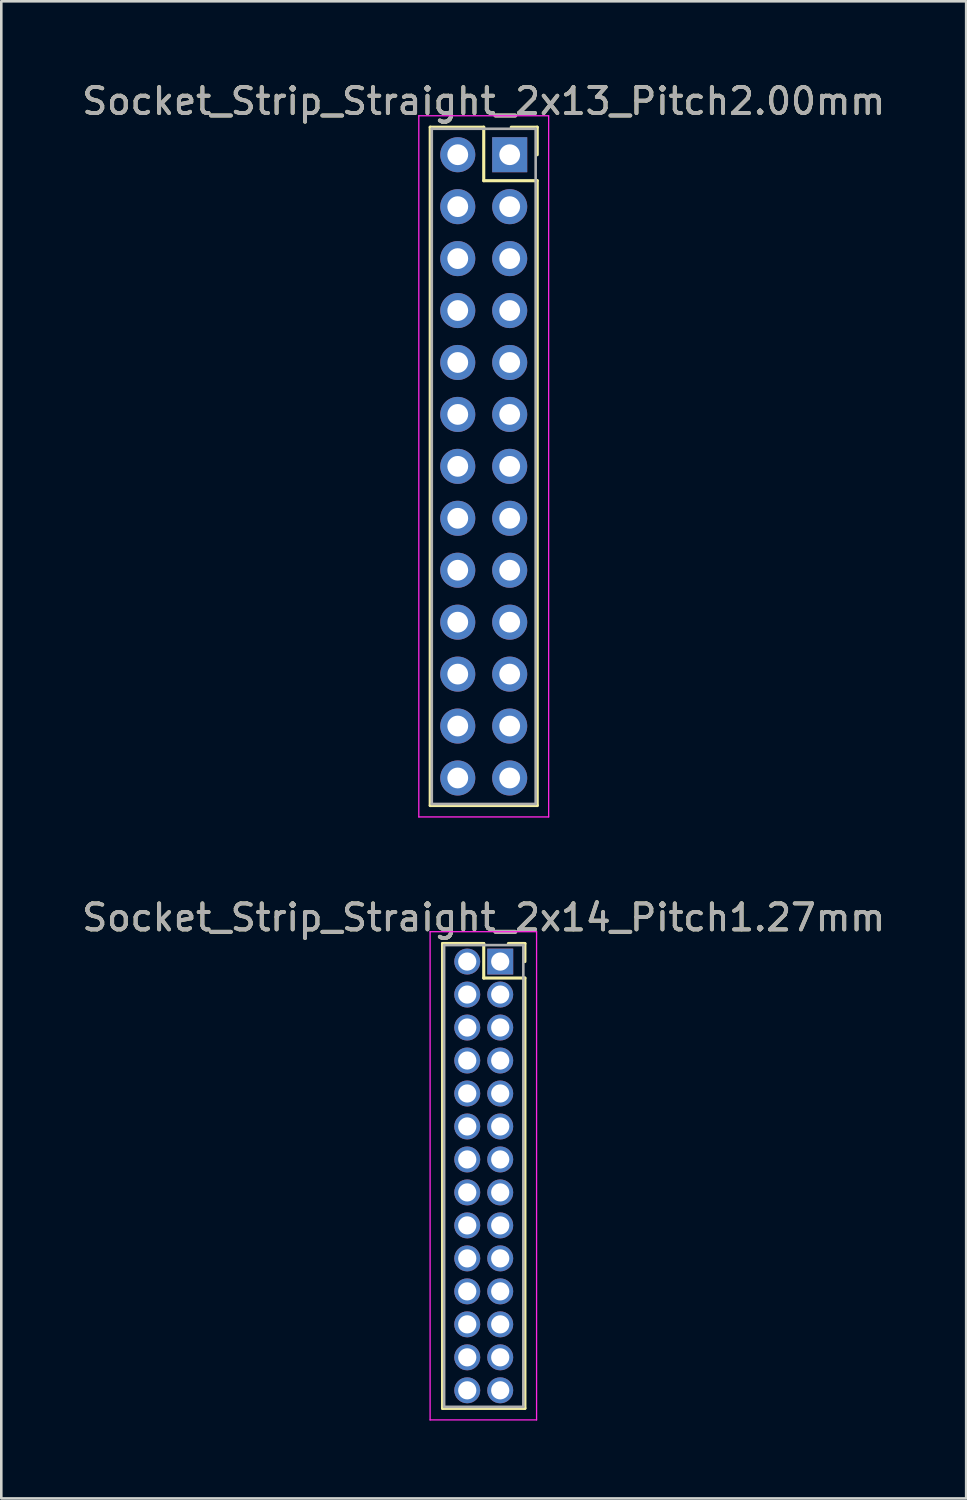
<source format=kicad_pcb>
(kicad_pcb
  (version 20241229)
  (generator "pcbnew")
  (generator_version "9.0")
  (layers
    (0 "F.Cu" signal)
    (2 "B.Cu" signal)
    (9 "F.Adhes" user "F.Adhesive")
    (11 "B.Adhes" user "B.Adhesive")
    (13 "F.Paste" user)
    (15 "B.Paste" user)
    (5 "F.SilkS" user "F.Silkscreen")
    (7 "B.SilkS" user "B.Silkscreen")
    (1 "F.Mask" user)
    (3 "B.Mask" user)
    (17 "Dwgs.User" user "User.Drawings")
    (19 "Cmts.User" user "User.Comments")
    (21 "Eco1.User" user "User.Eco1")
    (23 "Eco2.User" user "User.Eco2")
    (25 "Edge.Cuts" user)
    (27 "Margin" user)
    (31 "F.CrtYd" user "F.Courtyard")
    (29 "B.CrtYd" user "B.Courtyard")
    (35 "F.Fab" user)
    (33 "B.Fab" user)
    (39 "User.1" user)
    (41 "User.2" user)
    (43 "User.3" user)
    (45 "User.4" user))
  (footprint "Socket_Strip_Straight_2x13_Pitch2.00mm"
    (layer "F.Cu")
    (at 16.577 2.908)
    (property "Reference" "Socket_Strip_Straight_2x13_Pitch2.00mm" (at -1 -2.06 0) (layer "F.SilkS") (effects (font (size 1 1) (thickness 0.15))))
    (attr through_hole)
    (fp_line (start -3.06 -1.06) (end -1 -1.06) (stroke (width 0.12) (type solid)) (layer "F.SilkS"))
    (fp_line (start -3.06 25.06) (end -3.06 -1.06) (stroke (width 0.12) (type solid)) (layer "F.SilkS"))
    (fp_line (start -1 -1.06) (end -1 1) (stroke (width 0.12) (type solid)) (layer "F.SilkS"))
    (fp_line (start -1 1) (end 1.06 1) (stroke (width 0.12) (type solid)) (layer "F.SilkS"))
    (fp_line (start 1.06 -1.06) (end 0.06 -1.06) (stroke (width 0.12) (type solid)) (layer "F.SilkS"))
    (fp_line (start 1.06 0) (end 1.06 -1.06) (stroke (width 0.12) (type solid)) (layer "F.SilkS"))
    (fp_line (start 1.06 1) (end 1.06 25.06) (stroke (width 0.12) (type solid)) (layer "F.SilkS"))
    (fp_line (start 1.06 25.06) (end -3.06 25.06) (stroke (width 0.12) (type solid)) (layer "F.SilkS"))
    (fp_line (start -3.5 -1.5) (end -3.5 25.5) (stroke (width 0.05) (type solid)) (layer "F.CrtYd"))
    (fp_line (start -3.5 25.5) (end 1.5 25.5) (stroke (width 0.05) (type solid)) (layer "F.CrtYd"))
    (fp_line (start 1.5 -1.5) (end -3.5 -1.5) (stroke (width 0.05) (type solid)) (layer "F.CrtYd"))
    (fp_line (start 1.5 25.5) (end 1.5 -1.5) (stroke (width 0.05) (type solid)) (layer "F.CrtYd"))
    (fp_line (start -3 -1) (end -3 25) (stroke (width 0.1) (type solid)) (layer "F.Fab"))
    (fp_line (start -3 25) (end 1 25) (stroke (width 0.1) (type solid)) (layer "F.Fab"))
    (fp_line (start 1 -1) (end -3 -1) (stroke (width 0.1) (type solid)) (layer "F.Fab"))
    (fp_line (start 1 25) (end 1 -1) (stroke (width 0.1) (type solid)) (layer "F.Fab"))
    (fp_text user "${REFERENCE}" (at -1 -2.06 0) (layer "F.Fab") (effects (font (size 1 1) (thickness 0.15))))
    (pad "1" thru_hole rect (at 0 0) (size 1.35 1.35) (drill 0.8) (layers "*.Cu" "*.Mask"))
    (pad "2" thru_hole oval (at -2 0) (size 1.35 1.35) (drill 0.8) (layers "*.Cu" "*.Mask"))
    (pad "3" thru_hole oval (at 0 2) (size 1.35 1.35) (drill 0.8) (layers "*.Cu" "*.Mask"))
    (pad "4" thru_hole oval (at -2 2) (size 1.35 1.35) (drill 0.8) (layers "*.Cu" "*.Mask"))
    (pad "5" thru_hole oval (at 0 4) (size 1.35 1.35) (drill 0.8) (layers "*.Cu" "*.Mask"))
    (pad "6" thru_hole oval (at -2 4) (size 1.35 1.35) (drill 0.8) (layers "*.Cu" "*.Mask"))
    (pad "7" thru_hole oval (at 0 6) (size 1.35 1.35) (drill 0.8) (layers "*.Cu" "*.Mask"))
    (pad "8" thru_hole oval (at -2 6) (size 1.35 1.35) (drill 0.8) (layers "*.Cu" "*.Mask"))
    (pad "9" thru_hole oval (at 0 8) (size 1.35 1.35) (drill 0.8) (layers "*.Cu" "*.Mask"))
    (pad "10" thru_hole oval (at -2 8) (size 1.35 1.35) (drill 0.8) (layers "*.Cu" "*.Mask"))
    (pad "11" thru_hole oval (at 0 10) (size 1.35 1.35) (drill 0.8) (layers "*.Cu" "*.Mask"))
    (pad "12" thru_hole oval (at -2 10) (size 1.35 1.35) (drill 0.8) (layers "*.Cu" "*.Mask"))
    (pad "13" thru_hole oval (at 0 12) (size 1.35 1.35) (drill 0.8) (layers "*.Cu" "*.Mask"))
    (pad "14" thru_hole oval (at -2 12) (size 1.35 1.35) (drill 0.8) (layers "*.Cu" "*.Mask"))
    (pad "15" thru_hole oval (at 0 14) (size 1.35 1.35) (drill 0.8) (layers "*.Cu" "*.Mask"))
    (pad "16" thru_hole oval (at -2 14) (size 1.35 1.35) (drill 0.8) (layers "*.Cu" "*.Mask"))
    (pad "17" thru_hole oval (at 0 16) (size 1.35 1.35) (drill 0.8) (layers "*.Cu" "*.Mask"))
    (pad "18" thru_hole oval (at -2 16) (size 1.35 1.35) (drill 0.8) (layers "*.Cu" "*.Mask"))
    (pad "19" thru_hole oval (at 0 18) (size 1.35 1.35) (drill 0.8) (layers "*.Cu" "*.Mask"))
    (pad "20" thru_hole oval (at -2 18) (size 1.35 1.35) (drill 0.8) (layers "*.Cu" "*.Mask"))
    (pad "21" thru_hole oval (at 0 20) (size 1.35 1.35) (drill 0.8) (layers "*.Cu" "*.Mask"))
    (pad "22" thru_hole oval (at -2 20) (size 1.35 1.35) (drill 0.8) (layers "*.Cu" "*.Mask"))
    (pad "23" thru_hole oval (at 0 22) (size 1.35 1.35) (drill 0.8) (layers "*.Cu" "*.Mask"))
    (pad "24" thru_hole oval (at -2 22) (size 1.35 1.35) (drill 0.8) (layers "*.Cu" "*.Mask"))
    (pad "25" thru_hole oval (at 0 24) (size 1.35 1.35) (drill 0.8) (layers "*.Cu" "*.Mask"))
    (pad "26" thru_hole oval (at -2 24) (size 1.35 1.35) (drill 0.8) (layers "*.Cu" "*.Mask")))
  (footprint "Socket_Strip_Straight_2x14_Pitch1.27mm"
    (layer "F.Cu")
    (at 16.212 33.977)
    (property "Reference" "Socket_Strip_Straight_2x14_Pitch1.27mm" (at -0.635 -1.695 0) (layer "F.SilkS") (effects (font (size 1 1) (thickness 0.15))))
    (attr through_hole)
    (fp_line (start -2.22 -0.695) (end -0.635 -0.695) (stroke (width 0.12) (type solid)) (layer "F.SilkS"))
    (fp_line (start -2.22 17.205) (end -2.22 -0.695) (stroke (width 0.12) (type solid)) (layer "F.SilkS"))
    (fp_line (start -0.635 -0.695) (end -0.635 0.635) (stroke (width 0.12) (type solid)) (layer "F.SilkS"))
    (fp_line (start -0.635 0.635) (end 0.95 0.635) (stroke (width 0.12) (type solid)) (layer "F.SilkS"))
    (fp_line (start 0.95 -0.695) (end 0.315 -0.695) (stroke (width 0.12) (type solid)) (layer "F.SilkS"))
    (fp_line (start 0.95 0) (end 0.95 -0.695) (stroke (width 0.12) (type solid)) (layer "F.SilkS"))
    (fp_line (start 0.95 0.635) (end 0.95 17.205) (stroke (width 0.12) (type solid)) (layer "F.SilkS"))
    (fp_line (start 0.95 17.205) (end -2.22 17.205) (stroke (width 0.12) (type solid)) (layer "F.SilkS"))
    (fp_line (start -2.7 -1.15) (end -2.7 17.65) (stroke (width 0.05) (type solid)) (layer "F.CrtYd"))
    (fp_line (start -2.7 17.65) (end 1.4 17.65) (stroke (width 0.05) (type solid)) (layer "F.CrtYd"))
    (fp_line (start 1.4 -1.15) (end -2.7 -1.15) (stroke (width 0.05) (type solid)) (layer "F.CrtYd"))
    (fp_line (start 1.4 17.65) (end 1.4 -1.15) (stroke (width 0.05) (type solid)) (layer "F.CrtYd"))
    (fp_line (start -2.16 -0.635) (end -2.16 17.145) (stroke (width 0.1) (type solid)) (layer "F.Fab"))
    (fp_line (start -2.16 17.145) (end 0.89 17.145) (stroke (width 0.1) (type solid)) (layer "F.Fab"))
    (fp_line (start 0.89 -0.635) (end -2.16 -0.635) (stroke (width 0.1) (type solid)) (layer "F.Fab"))
    (fp_line (start 0.89 17.145) (end 0.89 -0.635) (stroke (width 0.1) (type solid)) (layer "F.Fab"))
    (fp_text user "${REFERENCE}" (at -0.635 -1.695 0) (layer "F.Fab") (effects (font (size 1 1) (thickness 0.15))))
    (pad "1" thru_hole rect (at 0 0) (size 1 1) (drill 0.7) (layers "*.Cu" "*.Mask"))
    (pad "2" thru_hole oval (at -1.27 0) (size 1 1) (drill 0.7) (layers "*.Cu" "*.Mask"))
    (pad "3" thru_hole oval (at 0 1.27) (size 1 1) (drill 0.7) (layers "*.Cu" "*.Mask"))
    (pad "4" thru_hole oval (at -1.27 1.27) (size 1 1) (drill 0.7) (layers "*.Cu" "*.Mask"))
    (pad "5" thru_hole oval (at 0 2.54) (size 1 1) (drill 0.7) (layers "*.Cu" "*.Mask"))
    (pad "6" thru_hole oval (at -1.27 2.54) (size 1 1) (drill 0.7) (layers "*.Cu" "*.Mask"))
    (pad "7" thru_hole oval (at 0 3.81) (size 1 1) (drill 0.7) (layers "*.Cu" "*.Mask"))
    (pad "8" thru_hole oval (at -1.27 3.81) (size 1 1) (drill 0.7) (layers "*.Cu" "*.Mask"))
    (pad "9" thru_hole oval (at 0 5.08) (size 1 1) (drill 0.7) (layers "*.Cu" "*.Mask"))
    (pad "10" thru_hole oval (at -1.27 5.08) (size 1 1) (drill 0.7) (layers "*.Cu" "*.Mask"))
    (pad "11" thru_hole oval (at 0 6.35) (size 1 1) (drill 0.7) (layers "*.Cu" "*.Mask"))
    (pad "12" thru_hole oval (at -1.27 6.35) (size 1 1) (drill 0.7) (layers "*.Cu" "*.Mask"))
    (pad "13" thru_hole oval (at 0 7.62) (size 1 1) (drill 0.7) (layers "*.Cu" "*.Mask"))
    (pad "14" thru_hole oval (at -1.27 7.62) (size 1 1) (drill 0.7) (layers "*.Cu" "*.Mask"))
    (pad "15" thru_hole oval (at 0 8.89) (size 1 1) (drill 0.7) (layers "*.Cu" "*.Mask"))
    (pad "16" thru_hole oval (at -1.27 8.89) (size 1 1) (drill 0.7) (layers "*.Cu" "*.Mask"))
    (pad "17" thru_hole oval (at 0 10.16) (size 1 1) (drill 0.7) (layers "*.Cu" "*.Mask"))
    (pad "18" thru_hole oval (at -1.27 10.16) (size 1 1) (drill 0.7) (layers "*.Cu" "*.Mask"))
    (pad "19" thru_hole oval (at 0 11.43) (size 1 1) (drill 0.7) (layers "*.Cu" "*.Mask"))
    (pad "20" thru_hole oval (at -1.27 11.43) (size 1 1) (drill 0.7) (layers "*.Cu" "*.Mask"))
    (pad "21" thru_hole oval (at 0 12.7) (size 1 1) (drill 0.7) (layers "*.Cu" "*.Mask"))
    (pad "22" thru_hole oval (at -1.27 12.7) (size 1 1) (drill 0.7) (layers "*.Cu" "*.Mask"))
    (pad "23" thru_hole oval (at 0 13.97) (size 1 1) (drill 0.7) (layers "*.Cu" "*.Mask"))
    (pad "24" thru_hole oval (at -1.27 13.97) (size 1 1) (drill 0.7) (layers "*.Cu" "*.Mask"))
    (pad "25" thru_hole oval (at 0 15.24) (size 1 1) (drill 0.7) (layers "*.Cu" "*.Mask"))
    (pad "26" thru_hole oval (at -1.27 15.24) (size 1 1) (drill 0.7) (layers "*.Cu" "*.Mask"))
    (pad "27" thru_hole oval (at 0 16.51) (size 1 1) (drill 0.7) (layers "*.Cu" "*.Mask"))
    (pad "28" thru_hole oval (at -1.27 16.51) (size 1 1) (drill 0.7) (layers "*.Cu" "*.Mask")))
  (gr_rect
    (start -3 -3)
    (end 34.155 54.651)
    (stroke (width 0.1) (type default))
    (fill no)
    (layer "Edge.Cuts")))
</source>
